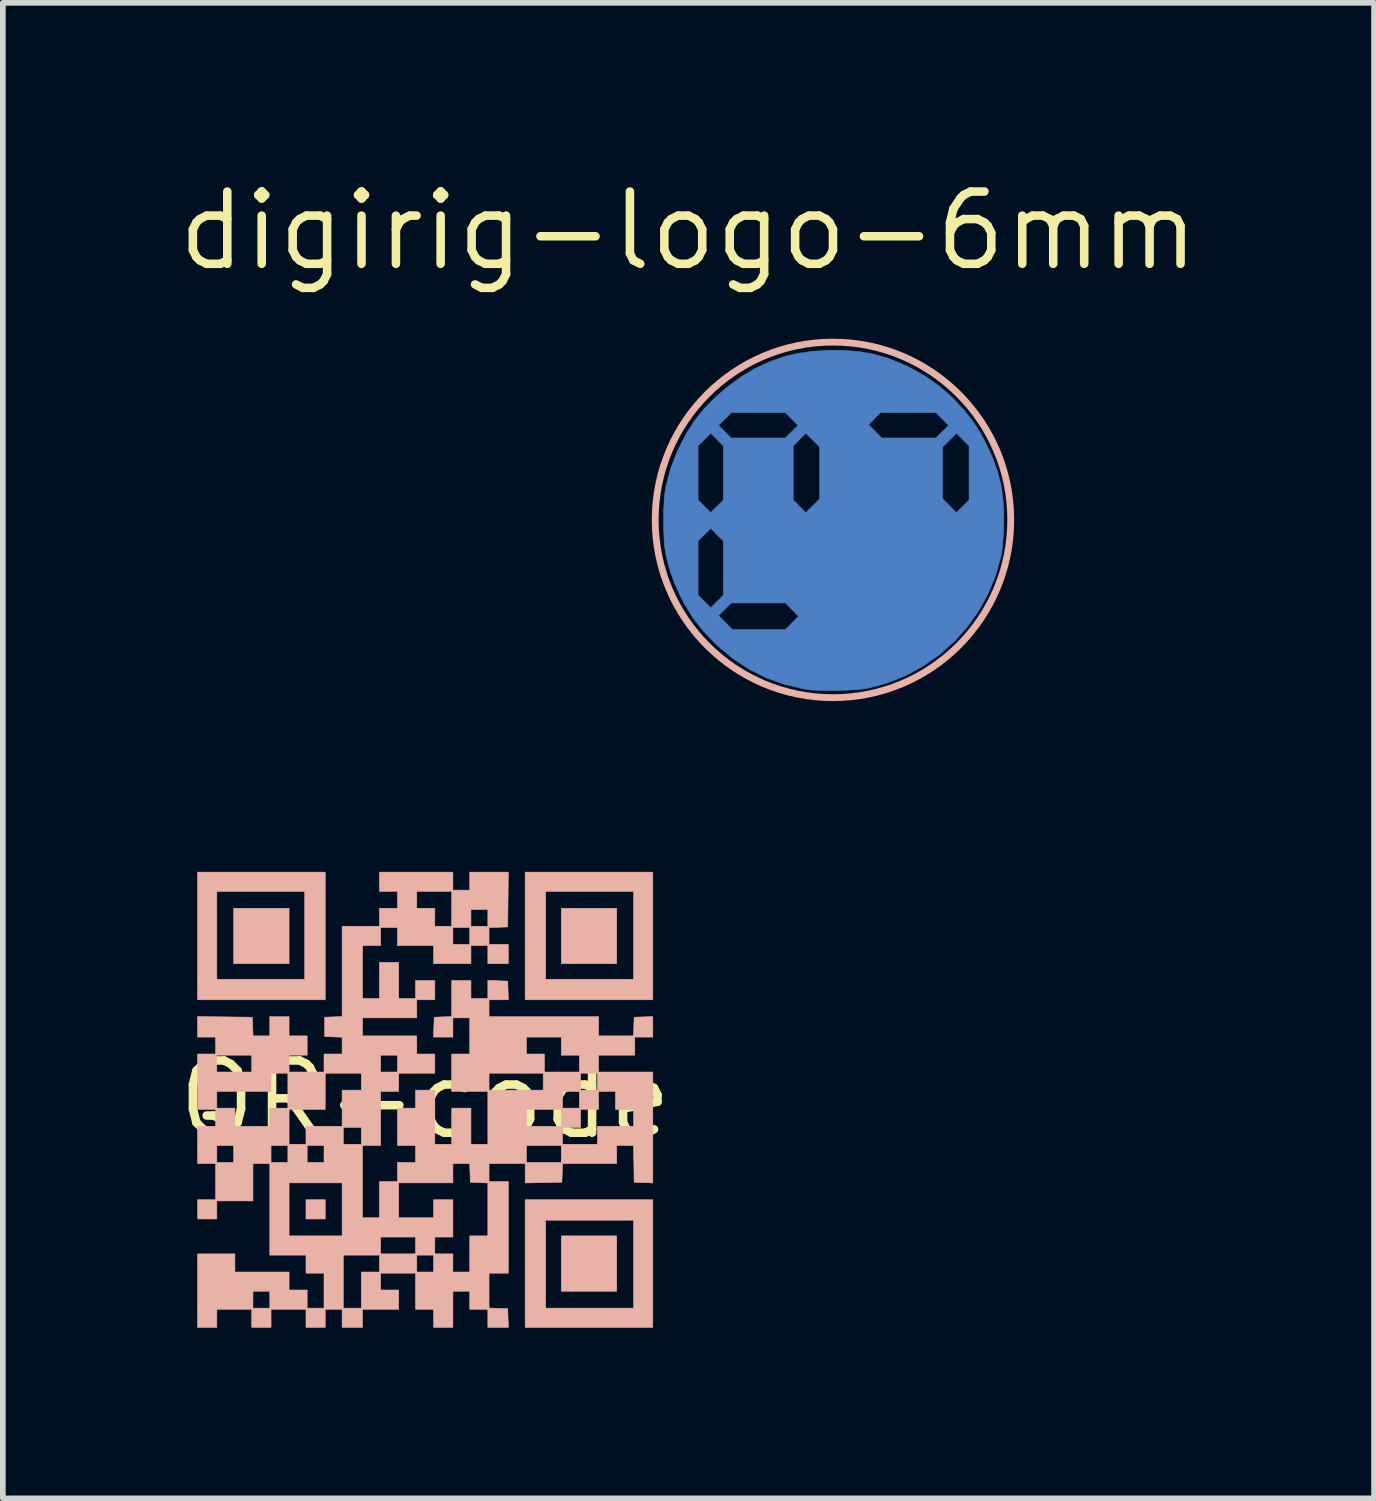
<source format=kicad_pcb>
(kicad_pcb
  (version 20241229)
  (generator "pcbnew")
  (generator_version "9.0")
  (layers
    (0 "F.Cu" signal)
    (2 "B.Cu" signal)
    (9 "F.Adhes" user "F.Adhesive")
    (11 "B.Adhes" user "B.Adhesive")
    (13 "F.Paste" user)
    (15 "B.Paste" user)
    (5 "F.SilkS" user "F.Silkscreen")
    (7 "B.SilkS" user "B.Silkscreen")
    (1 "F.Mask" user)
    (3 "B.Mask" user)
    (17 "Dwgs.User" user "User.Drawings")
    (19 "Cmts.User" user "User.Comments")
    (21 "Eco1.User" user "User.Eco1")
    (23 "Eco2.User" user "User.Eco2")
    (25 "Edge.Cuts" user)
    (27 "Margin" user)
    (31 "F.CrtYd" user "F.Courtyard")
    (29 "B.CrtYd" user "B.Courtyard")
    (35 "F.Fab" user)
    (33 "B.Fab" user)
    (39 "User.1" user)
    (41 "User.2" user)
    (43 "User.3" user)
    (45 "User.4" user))
  (footprint "QR-code"
    (layer "F.Cu")
    (at 4.422 16.276)
    (property "Reference" "QR-code" (at 0 0 0) (layer "F.SilkS") (effects (font (size 1.27 1.27) (thickness 0.15))))
    (attr through_hole)
    (fp_poly (pts (xy -2.392 -2.392) (xy -3.365 -2.392) (xy -3.365 -3.365) (xy -2.392 -3.365) (xy -2.392 -2.392)) (stroke (width 0.01) (type solid)) (fill yes) (layer "B.SilkS"))
    (fp_poly (pts (xy -1.757 2.095) (xy -2.095 2.095) (xy -2.095 1.757) (xy -1.757 1.757) (xy -1.757 2.095)) (stroke (width 0.01) (type solid)) (fill yes) (layer "B.SilkS"))
    (fp_poly (pts (xy 3.365 -2.392) (xy 2.392 -2.392) (xy 2.392 -3.365) (xy 3.365 -3.365) (xy 3.365 -2.392)) (stroke (width 0.01) (type solid)) (fill yes) (layer "B.SilkS"))
    (fp_poly (pts (xy 3.365 3.365) (xy 2.392 3.365) (xy 2.392 2.392) (xy 3.365 2.392) (xy 3.365 3.365)) (stroke (width 0.01) (type solid)) (fill yes) (layer "B.SilkS"))
    (fp_poly (pts (xy -1.757 -1.757) (xy -4 -1.757) (xy -4 -3.662) (xy -3.662 -3.662) (xy -3.662 -2.117) (xy -2.117 -2.117) (xy -2.117 -3.662) (xy -3.662 -3.662) (xy -4 -3.662) (xy -4 -4) (xy -1.757 -4) (xy -1.757 -1.757)) (stroke (width 0.01) (type solid)) (fill yes) (layer "B.SilkS"))
    (fp_poly (pts (xy 4 -1.757) (xy 1.757 -1.757) (xy 1.757 -3.662) (xy 2.117 -3.662) (xy 2.117 -2.117) (xy 3.662 -2.117) (xy 3.662 -3.662) (xy 2.117 -3.662) (xy 1.757 -3.662) (xy 1.757 -4) (xy 4 -4) (xy 4 -1.757)) (stroke (width 0.01) (type solid)) (fill yes) (layer "B.SilkS"))
    (fp_poly (pts (xy 4 4) (xy 1.757 4) (xy 1.757 2.117) (xy 2.117 2.117) (xy 2.117 3.662) (xy 3.662 3.662) (xy 3.662 2.117) (xy 2.117 2.117) (xy 1.757 2.117) (xy 1.757 1.757) (xy 4 1.757) (xy 4 4)) (stroke (width 0.01) (type solid)) (fill yes) (layer "B.SilkS"))
    (fp_poly (pts (xy 0.487 -3.683) (xy 0.783 -3.683) (xy 0.783 -4) (xy 1.461 -4) (xy 1.456 -3.519) (xy 1.45 -3.037) (xy 1.286 -3.031) (xy 1.122 -3.025) (xy 1.122 -2.731) (xy 1.46 -2.731) (xy 1.46 -2.392) (xy 1.101 -2.392) (xy 1.101 -2.709) (xy 0.804 -2.709) (xy 0.804 -2.392) (xy 0.148 -2.392) (xy 0.148 -2.709) (xy -0.487 -2.709) (xy -0.487 -3.027) (xy 0.487 -3.027) (xy 0.487 -2.731) (xy 0.783 -2.731) (xy 0.783 -3.027) (xy 0.487 -3.027) (xy -0.487 -3.027) (xy -0.783 -3.027) (xy -0.783 -2.709) (xy -1.101 -2.709) (xy -1.101 -1.778) (xy -0.804 -1.778) (xy -0.804 -2.413) (xy -0.466 -2.413) (xy -0.466 -1.778) (xy -0.169 -1.778) (xy -0.169 -2.095) (xy 0.169 -2.095) (xy 0.169 -1.757) (xy -0.148 -1.757) (xy -0.148 -1.439) (xy -1.101 -1.439) (xy -1.101 -1.122) (xy -0.148 -1.122) (xy -0.148 -0.804) (xy 0.169 -0.804) (xy 0.169 -0.466) (xy -0.466 -0.466) (xy -0.466 -0.148) (xy -0.783 -0.148) (xy -0.783 0.804) (xy -1.101 0.804) (xy -1.101 2.074) (xy -0.804 2.074) (xy -0.804 1.46) (xy -0.466 1.46) (xy -0.466 2.074) (xy 0.148 2.074) (xy 0.148 1.757) (xy 0.487 1.757) (xy 0.487 2.413) (xy 0.169 2.413) (xy 0.169 2.709) (xy 0.487 2.709) (xy 0.487 3.027) (xy 0.783 3.027) (xy 0.783 2.392) (xy 1.101 2.392) (xy 1.101 1.462) (xy 0.794 1.45) (xy 0.788 1.286) (xy 0.781 1.122) (xy 0.487 1.122) (xy 0.487 1.46) (xy -0.466 1.46) (xy -0.804 1.46) (xy -0.804 1.439) (xy -0.487 1.439) (xy -0.487 1.101) (xy -0.169 1.101) (xy -0.169 0.804) (xy 1.778 0.804) (xy 1.778 1.101) (xy 2.392 1.101) (xy 2.392 0.804) (xy 1.778 0.804) (xy -0.169 0.804) (xy -0.487 0.804) (xy -0.487 0.148) (xy -0.169 0.148) (xy -0.169 -0.169) (xy 0.169 -0.169) (xy 0.169 0.783) (xy 0.466 0.783) (xy 0.466 0.148) (xy 0.804 0.148) (xy 0.804 0.783) (xy 1.101 0.783) (xy 1.101 0.487) (xy 2.413 0.487) (xy 2.413 0.783) (xy 3.027 0.783) (xy 3.027 0.466) (xy 3.662 0.466) (xy 3.662 0.169) (xy 3.344 0.169) (xy 3.344 -0.148) (xy 3.048 -0.148) (xy 3.048 0.169) (xy 2.731 0.169) (xy 2.731 0.487) (xy 2.413 0.487) (xy 1.101 0.487) (xy 1.101 0.169) (xy 1.778 0.169) (xy 1.778 0.466) (xy 2.392 0.466) (xy 2.392 0.169) (xy 1.778 0.169) (xy 1.101 0.169) (xy 1.101 -0.148) (xy 2.413 -0.148) (xy 2.413 0.148) (xy 2.709 0.148) (xy 2.709 -0.148) (xy 2.413 -0.148) (xy 1.101 -0.148) (xy 0.466 -0.148) (xy 0.466 -0.466) (xy 1.122 -0.466) (xy 1.122 -0.169) (xy 2.074 -0.169) (xy 2.074 -0.466) (xy 2.731 -0.466) (xy 2.731 -0.169) (xy 3.027 -0.169) (xy 3.027 -0.466) (xy 2.731 -0.466) (xy 2.074 -0.466) (xy 1.122 -0.466) (xy 0.466 -0.466) (xy 0.466 -0.804) (xy 0.783 -0.804) (xy 0.783 -1.101) (xy 1.778 -1.101) (xy 1.778 -0.804) (xy 2.095 -0.804) (xy 2.095 -0.487) (xy 2.709 -0.487) (xy 2.709 -0.783) (xy 2.392 -0.783) (xy 2.392 -1.101) (xy 1.778 -1.101) (xy 0.783 -1.101) (xy 0.783 -1.439) (xy 0.487 -1.439) (xy 0.487 -1.101) (xy 0.146 -1.101) (xy 0.159 -1.45) (xy 0.466 -1.462) (xy 0.466 -2.095) (xy 0.804 -2.095) (xy 0.804 -1.778) (xy 1.101 -1.778) (xy 1.101 -2.097) (xy 1.45 -2.085) (xy 1.456 -1.921) (xy 1.462 -1.757) (xy 1.122 -1.757) (xy 1.122 -1.46) (xy 3.048 -1.46) (xy 3.048 -1.122) (xy 3.66 -1.122) (xy 3.666 -1.286) (xy 3.672 -1.45) (xy 4 -1.462) (xy 4 -1.101) (xy 3.683 -1.101) (xy 3.683 -0.783) (xy 3.048 -0.783) (xy 3.048 -0.487) (xy 4 -0.487) (xy 4 1.462) (xy 3.672 1.45) (xy 3.667 1.127) (xy 3.661 0.804) (xy 3.365 0.804) (xy 3.365 1.122) (xy 2.415 1.122) (xy 2.409 1.286) (xy 2.402 1.45) (xy 2.08 1.456) (xy 1.757 1.462) (xy 1.757 1.122) (xy 1.122 1.122) (xy 1.122 1.439) (xy 1.46 1.439) (xy 1.46 3.048) (xy 1.122 3.048) (xy 1.122 3.66) (xy 1.286 3.666) (xy 1.45 3.672) (xy 1.462 4) (xy 1.101 4) (xy 1.101 3.683) (xy 0.783 3.683) (xy 0.783 3.365) (xy 0.487 3.365) (xy 0.487 4) (xy 0.148 4) (xy 0.148 3.683) (xy -0.169 3.683) (xy -0.169 3.048) (xy -0.783 3.048) (xy -0.783 3.344) (xy -0.466 3.344) (xy -0.466 3.683) (xy -1.101 3.683) (xy -1.101 4) (xy -1.46 4) (xy -1.46 3.683) (xy -1.757 3.683) (xy -1.757 4) (xy -2.095 4) (xy -2.095 3.683) (xy -2.709 3.683) (xy -2.709 4) (xy -3.048 4) (xy -3.048 3.683) (xy -3.662 3.683) (xy -3.662 4) (xy -4 4) (xy -4 3.365) (xy -3.027 3.365) (xy -3.027 3.662) (xy -2.731 3.662) (xy -2.731 3.365) (xy -3.027 3.365) (xy -4 3.365) (xy -4 2.709) (xy -3.344 2.709) (xy -3.344 3.027) (xy -2.392 3.027) (xy -2.392 3.344) (xy -2.074 3.344) (xy -2.074 3.662) (xy -1.778 3.662) (xy -1.778 3.048) (xy -2.095 3.048) (xy -2.095 2.731) (xy -1.439 2.731) (xy -1.439 3.662) (xy -1.122 3.662) (xy -1.122 3.027) (xy -0.804 3.027) (xy -0.804 2.731) (xy -0.148 2.731) (xy -0.148 3.027) (xy 0.148 3.027) (xy 0.148 2.731) (xy -0.148 2.731) (xy -0.804 2.731) (xy -1.439 2.731) (xy -2.095 2.731) (xy -2.731 2.731) (xy -2.731 2.413) (xy -0.783 2.413) (xy -0.783 2.709) (xy -0.169 2.709) (xy -0.169 2.413) (xy -0.783 2.413) (xy -2.731 2.413) (xy -2.731 1.46) (xy -2.392 1.46) (xy -2.392 2.392) (xy -1.46 2.392) (xy -1.46 1.46) (xy -2.392 1.46) (xy -2.731 1.46) (xy -2.731 1.122) (xy -3.027 1.122) (xy -3.027 1.778) (xy -3.662 1.778) (xy -3.662 2.095) (xy -4 2.095) (xy -4 1.757) (xy -3.683 1.757) (xy -3.683 1.122) (xy -4 1.122) (xy -4 0.804) (xy -3.662 0.804) (xy -3.662 1.101) (xy -3.365 1.101) (xy -3.365 0.804) (xy -2.709 0.804) (xy -2.709 1.101) (xy -2.413 1.101) (xy -2.413 0.804) (xy -2.074 0.804) (xy -2.074 1.101) (xy -1.778 1.101) (xy -1.778 0.804) (xy -2.074 0.804) (xy -2.413 0.804) (xy -2.709 0.804) (xy -3.365 0.804) (xy -3.662 0.804) (xy -4 0.804) (xy -4 0.466) (xy -3.683 0.466) (xy -3.683 0.169) (xy -4 0.169) (xy -4 -0.148) (xy -3.662 -0.148) (xy -3.662 0.148) (xy -3.344 0.148) (xy -3.344 0.466) (xy -2.731 0.466) (xy -2.731 0.169) (xy -2.392 0.169) (xy -2.392 0.783) (xy -2.095 0.783) (xy -2.095 0.487) (xy -1.439 0.487) (xy -1.439 0.783) (xy -1.122 0.783) (xy -1.122 0.487) (xy -1.439 0.487) (xy -2.095 0.487) (xy -2.095 0.466) (xy -1.46 0.466) (xy -1.46 -0.169) (xy -1.122 -0.169) (xy -1.122 -0.466) (xy -1.757 -0.466) (xy -1.757 0.169) (xy -2.392 0.169) (xy -2.731 0.169) (xy -2.731 0.148) (xy -2.413 0.148) (xy -2.413 -0.466) (xy -2.709 -0.466) (xy -2.709 -0.148) (xy -3.662 -0.148) (xy -4 -0.148) (xy -4 -0.783) (xy -3.662 -0.783) (xy -3.662 -0.487) (xy -3.048 -0.487) (xy -3.048 -0.783) (xy -3.662 -0.783) (xy -4 -0.783) (xy -4 -0.804) (xy -3.683 -0.804) (xy -3.683 -1.101) (xy -4 -1.101) (xy -4 -1.461) (xy -3.519 -1.456) (xy -3.037 -1.45) (xy -3.031 -1.286) (xy -3.025 -1.122) (xy -2.731 -1.122) (xy -2.731 -1.46) (xy -2.392 -1.46) (xy -2.392 -1.122) (xy -2.074 -1.122) (xy -2.074 -0.783) (xy -2.392 -0.783) (xy -2.392 -0.487) (xy -1.778 -0.487) (xy -1.778 -0.783) (xy -0.783 -0.783) (xy -0.783 -0.487) (xy -0.487 -0.487) (xy -0.487 -0.783) (xy -0.783 -0.783) (xy -1.778 -0.783) (xy -1.778 -0.804) (xy -1.46 -0.804) (xy -1.46 -1.099) (xy -1.614 -1.105) (xy -1.767 -1.111) (xy -1.767 -1.45) (xy -1.614 -1.456) (xy -1.46 -1.462) (xy -1.46 -3.048) (xy -0.804 -3.048) (xy -0.804 -3.365) (xy -0.487 -3.365) (xy -0.487 -3.662) (xy -0.148 -3.662) (xy -0.148 -3.365) (xy 0.169 -3.365) (xy 0.169 -3.048) (xy 0.466 -3.048) (xy 0.466 -3.344) (xy 0.804 -3.344) (xy 0.804 -3.048) (xy 1.101 -3.048) (xy 1.101 -3.344) (xy 0.804 -3.344) (xy 0.466 -3.344) (xy 0.466 -3.662) (xy -0.148 -3.662) (xy -0.487 -3.662) (xy -0.804 -3.662) (xy -0.804 -4) (xy 0.487 -4) (xy 0.487 -3.683)) (stroke (width 0.01) (type solid)) (fill yes) (layer "B.SilkS")))
  (footprint "digirig-logo-6mm"
    (layer "F.Cu")
    (at 11.588 6.086)
    (property "Reference" "digirig-logo-6mm" (at -2.54 -5.08 0) (layer "F.SilkS") (effects (font (size 1.27 1.27) (thickness 0.15))))
    (attr through_hole)
    (fp_poly (pts (xy 0.202 -2.978) (xy 0.47 -2.956) (xy 0.721 -2.911) (xy 0.965 -2.84) (xy 1.212 -2.742) (xy 1.323 -2.69) (xy 1.596 -2.541) (xy 1.838 -2.374) (xy 2.063 -2.181) (xy 2.123 -2.122) (xy 2.303 -1.929) (xy 2.454 -1.737) (xy 2.586 -1.534) (xy 2.699 -1.323) (xy 2.812 -1.073) (xy 2.897 -0.834) (xy 2.955 -0.594) (xy 2.989 -0.343) (xy 3.002 -0.07) (xy 2.999 0.115) (xy 2.992 0.27) (xy 2.982 0.415) (xy 2.969 0.538) (xy 2.954 0.629) (xy 2.953 0.635) (xy 2.856 0.981) (xy 2.72 1.31) (xy 2.547 1.619) (xy 2.337 1.908) (xy 2.137 2.13) (xy 1.87 2.368) (xy 1.58 2.572) (xy 1.268 2.74) (xy 0.936 2.871) (xy 0.635 2.953) (xy 0.536 2.969) (xy 0.406 2.982) (xy 0.254 2.991) (xy 0.09 2.997) (xy -0.074 2.998) (xy -0.23 2.996) (xy -0.365 2.989) (xy -0.472 2.978) (xy -0.487 2.975) (xy -0.835 2.895) (xy -1.158 2.781) (xy -1.46 2.633) (xy -1.744 2.447) (xy -2.014 2.223) (xy -2.076 2.166) (xy -2.282 1.948) (xy -2.456 1.727) (xy -2.484 1.681) (xy -2.011 1.681) (xy -1.89 1.804) (xy -1.769 1.926) (xy -0.835 1.926) (xy -0.72 1.81) (xy -0.605 1.693) (xy -0.72 1.577) (xy -0.835 1.46) (xy -1.787 1.46) (xy -1.899 1.571) (xy -2.011 1.681) (xy -2.484 1.681) (xy -2.604 1.489) (xy -2.679 1.344) (xy -2.779 1.123) (xy -2.856 0.915) (xy -2.915 0.702) (xy -2.935 0.614) (xy -2.954 0.498) (xy -2.965 0.369) (xy -2.371 0.369) (xy -2.371 1.322) (xy -2.26 1.433) (xy -2.15 1.545) (xy -1.926 1.324) (xy -1.926 0.372) (xy -2.037 0.26) (xy -2.147 0.148) (xy -2.259 0.259) (xy -2.371 0.369) (xy -2.965 0.369) (xy -2.966 0.35) (xy -2.974 0.182) (xy -2.977 0.003) (xy -2.974 -0.175) (xy -2.966 -0.342) (xy -2.952 -0.488) (xy -2.936 -0.593) (xy -2.849 -0.909) (xy -2.727 -1.222) (xy -2.686 -1.303) (xy -2.371 -1.303) (xy -2.371 -0.351) (xy -2.26 -0.239) (xy -2.15 -0.127) (xy -2.038 -0.237) (xy -1.926 -0.348) (xy -1.926 -1.3) (xy -0.699 -1.3) (xy -0.699 -0.351) (xy -0.588 -0.239) (xy -0.478 -0.127) (xy -0.355 -0.248) (xy -0.233 -0.369) (xy -0.233 -1.282) (xy 1.926 -1.282) (xy 1.926 -0.372) (xy 2.047 -0.249) (xy 2.168 -0.127) (xy 2.28 -0.237) (xy 2.392 -0.348) (xy 2.392 -1.3) (xy 2.281 -1.412) (xy 2.171 -1.524) (xy 2.049 -1.403) (xy 1.926 -1.282) (xy -0.233 -1.282) (xy -0.355 -1.403) (xy -0.478 -1.524) (xy -0.588 -1.412) (xy -0.699 -1.3) (xy -1.926 -1.3) (xy -2.037 -1.412) (xy -2.147 -1.524) (xy -2.259 -1.414) (xy -2.371 -1.303) (xy -2.686 -1.303) (xy -2.575 -1.52) (xy -2.483 -1.663) (xy -2.011 -1.663) (xy -1.9 -1.551) (xy -1.79 -1.439) (xy -0.837 -1.439) (xy -0.726 -1.55) (xy -0.614 -1.66) (xy -0.626 -1.672) (xy 0.626 -1.672) (xy 0.856 -1.439) (xy 1.808 -1.439) (xy 1.92 -1.55) (xy 2.032 -1.66) (xy 1.922 -1.772) (xy 1.811 -1.884) (xy 0.834 -1.884) (xy 0.626 -1.672) (xy -0.626 -1.672) (xy -0.835 -1.884) (xy -1.787 -1.884) (xy -1.899 -1.773) (xy -2.011 -1.663) (xy -2.483 -1.663) (xy -2.42 -1.76) (xy -2.253 -1.965) (xy -2.054 -2.167) (xy -1.832 -2.356) (xy -1.597 -2.525) (xy -1.36 -2.665) (xy -1.323 -2.683) (xy -1.085 -2.791) (xy -0.851 -2.871) (xy -0.61 -2.928) (xy -0.351 -2.963) (xy -0.094 -2.978) (xy 0.202 -2.978)) (stroke (width 0.01) (type solid)) (fill yes) (layer "B.Cu"))
    (fp_poly (pts (xy -0.212 0.369) (xy -0.212 1.324) (xy -0.477 1.588) (xy -0.72 1.343) (xy -0.72 0.369) (xy -0.466 0.118) (xy -0.212 0.369)) (stroke (width 0.01) (type solid)) (fill yes) (layer "B.Mask"))
    (fp_poly (pts (xy 2.413 0.369) (xy 2.413 1.345) (xy 2.291 1.466) (xy 2.168 1.587) (xy 1.905 1.322) (xy 1.905 0.369) (xy 2.159 0.118) (xy 2.413 0.369)) (stroke (width 0.01) (type solid)) (fill yes) (layer "B.Mask"))
    (fp_poly (pts (xy 1.937 1.566) (xy 2.062 1.693) (xy 1.937 1.82) (xy 1.811 1.947) (xy 0.835 1.947) (xy 0.583 1.693) (xy 0.835 1.439) (xy 1.811 1.439) (xy 1.937 1.566)) (stroke (width 0.01) (type solid)) (fill yes) (layer "B.Mask"))
    (fp_poly (pts (xy 1.937 -0.106) (xy 2.062 0.021) (xy 1.947 0.138) (xy 1.832 0.254) (xy 0.835 0.254) (xy 0.714 0.132) (xy 0.593 0.009) (xy 0.715 -0.112) (xy 0.837 -0.233) (xy 1.811 -0.233) (xy 1.937 -0.106)) (stroke (width 0.01) (type solid)) (fill yes) (layer "B.Mask"))
    (fp_poly (pts (xy 0.741 0.369) (xy 0.741 1.345) (xy 0.619 1.466) (xy 0.561 1.523) (xy 0.515 1.565) (xy 0.488 1.586) (xy 0.486 1.587) (xy 0.467 1.574) (xy 0.426 1.536) (xy 0.372 1.483) (xy 0.354 1.465) (xy 0.233 1.343) (xy 0.233 0.369) (xy 0.487 0.118) (xy 0.741 0.369)) (stroke (width 0.01) (type solid)) (fill yes) (layer "B.Mask"))
    (fp_poly (pts (xy -0.571 0.012) (xy -0.694 0.133) (xy -0.816 0.254) (xy -1.811 0.254) (xy -1.922 0.142) (xy -1.975 0.085) (xy -2.014 0.039) (xy -2.032 0.011) (xy -2.032 0.009) (xy -2.018 -0.015) (xy -1.981 -0.059) (xy -1.928 -0.115) (xy -1.92 -0.122) (xy -1.808 -0.233) (xy -0.814 -0.233) (xy -0.571 0.012)) (stroke (width 0.01) (type solid)) (fill yes) (layer "B.Mask"))
    (fp_poly (pts (xy 0.614 -1.429) (xy 0.741 -1.303) (xy 0.741 -0.348) (xy 0.619 -0.227) (xy 0.561 -0.171) (xy 0.515 -0.129) (xy 0.488 -0.107) (xy 0.486 -0.106) (xy 0.467 -0.12) (xy 0.426 -0.157) (xy 0.372 -0.21) (xy 0.354 -0.228) (xy 0.233 -0.35) (xy 0.233 -1.303) (xy 0.36 -1.429) (xy 0.487 -1.554) (xy 0.614 -1.429)) (stroke (width 0.01) (type solid)) (fill yes) (layer "B.Mask"))
    (fp_circle (center 0 0) (end 2.4 -2) (stroke (width 0.12) (type solid)) (fill no) (layer "B.SilkS")))
  (gr_rect
    (start -3 -3)
    (end 21.097 23.281)
    (stroke (width 0.1) (type default))
    (fill no)
    (layer "Edge.Cuts")))
</source>
